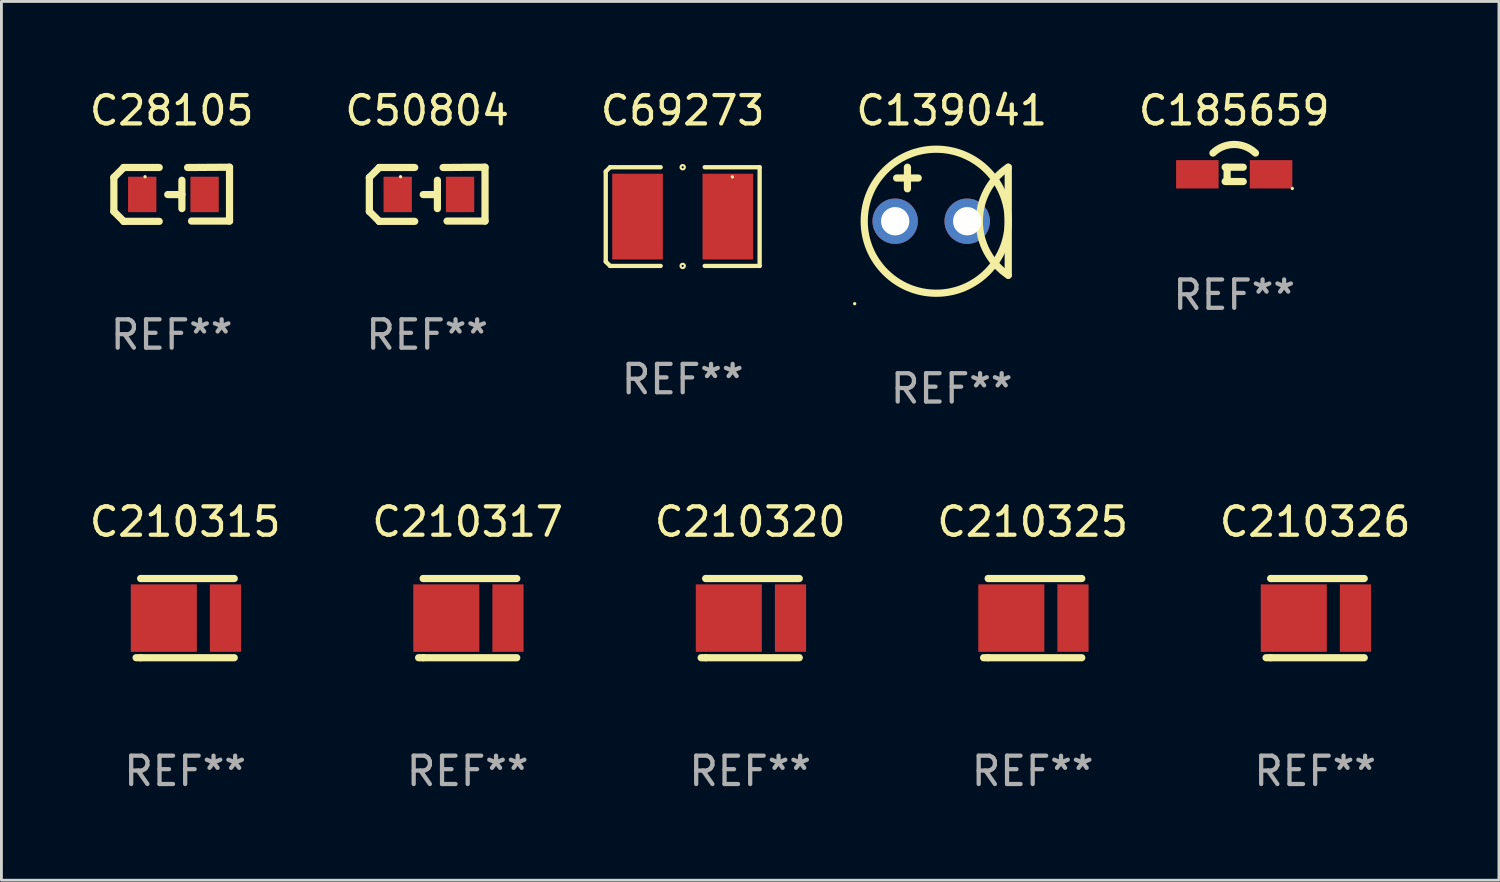
<source format=kicad_pcb>
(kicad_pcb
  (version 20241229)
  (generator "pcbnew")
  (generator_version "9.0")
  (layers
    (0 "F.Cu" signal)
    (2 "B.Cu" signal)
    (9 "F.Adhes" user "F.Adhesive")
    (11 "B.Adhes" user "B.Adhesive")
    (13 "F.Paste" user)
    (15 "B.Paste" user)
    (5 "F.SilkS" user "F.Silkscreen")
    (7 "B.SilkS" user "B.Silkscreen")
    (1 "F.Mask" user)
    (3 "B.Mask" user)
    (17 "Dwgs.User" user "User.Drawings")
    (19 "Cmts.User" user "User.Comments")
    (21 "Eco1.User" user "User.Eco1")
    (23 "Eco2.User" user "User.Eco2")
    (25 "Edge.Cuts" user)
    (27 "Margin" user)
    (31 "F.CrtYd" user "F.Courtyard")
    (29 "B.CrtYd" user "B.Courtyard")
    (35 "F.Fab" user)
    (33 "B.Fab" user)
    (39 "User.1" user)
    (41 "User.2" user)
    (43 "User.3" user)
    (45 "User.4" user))
  (footprint "C210315"
    (layer "F.Cu")
    (at 3.482 18.752)
    (property "Reference" "C210315" (at 0 -3.397 0) (layer "F.SilkS") (effects (font (size 1 1) (thickness 0.15))))
    (attr through_hole)
    (fp_line (start -1.571 -1.397) (end -1.551 -1.397) (stroke (width 0.254) (type solid)) (layer "F.SilkS"))
    (fp_line (start -1.571 1.397) (end -1.731 1.397) (stroke (width 0.254) (type solid)) (layer "F.SilkS"))
    (fp_line (start -1.551 -1.397) (end 1.731 -1.397) (stroke (width 0.254) (type solid)) (layer "F.SilkS"))
    (fp_line (start 1.731 1.397) (end -1.571 1.397) (stroke (width 0.254) (type solid)) (layer "F.SilkS"))
    (fp_circle (center -1.668 1.4) (end -1.638 1.4) (stroke (width 0.06) (type solid)) (fill no) (layer "F.SilkS"))
    (fp_text user "REF**" (at 0 5.397 0) (layer "F.Fab") (effects (font (size 1 1) (thickness 0.15))))
    (pad "1" smd rect (at -0.754 0 180) (size 2.33 2.38) (layers "F.Cu" "F.Mask" "F.Paste"))
    (pad "2" smd rect (at 1.421 0 180) (size 1.1 2.38) (layers "F.Cu" "F.Mask" "F.Paste")))
  (footprint "C139041"
    (layer "F.Cu")
    (at 30.519 4.753)
    (property "Reference" "C139041" (at 0 -3.905 0) (layer "F.SilkS") (effects (font (size 1 1) (thickness 0.15))))
    (attr through_hole)
    (fp_line (start -1.943 -1.524) (end -1.181 -1.524) (stroke (width 0.254) (type solid)) (layer "F.SilkS"))
    (fp_line (start -1.562 -1.143) (end -1.562 -1.905) (stroke (width 0.254) (type solid)) (layer "F.SilkS"))
    (fp_line (start 1.994 1.905) (end 1.994 -1.905) (stroke (width 0.254) (type solid)) (layer "F.SilkS"))
    (fp_arc (start 1.993899 1.905) (mid 0.974377 0) (end 1.993899 -1.905) (stroke (width 0.254001) (type solid)) (layer "F.SilkS"))
    (fp_circle (center -3.423 2.909) (end -3.393 2.909) (stroke (width 0.06) (type solid)) (fill no) (layer "F.SilkS"))
    (fp_circle (center -0.546 0) (end 1.994 0) (stroke (width 0.254) (type solid)) (fill no) (layer "F.SilkS"))
    (fp_text user "REF**" (at 0 5.905 0) (layer "F.Fab") (effects (font (size 1 1) (thickness 0.15))))
    (pad "1" thru_hole circle (at -1.994 0) (size 1.6 1.6) (drill 1) (layers "*.Cu" "*.Mask"))
    (pad "2" thru_hole circle (at 0.546 0) (size 1.6 1.6) (drill 1) (layers "*.Cu" "*.Mask")))
  (footprint "C28105"
    (layer "F.Cu")
    (at 3.006 3.803)
    (property "Reference" "C28105" (at 0 -2.955 0) (layer "F.SilkS") (effects (font (size 1 1) (thickness 0.15))))
    (attr through_hole)
    (fp_line (start -2.04 -0.595) (end -2.04 0.605) (stroke (width 0.254) (type solid)) (layer "F.SilkS"))
    (fp_line (start -1.69 -0.945) (end -1.69 -0.945) (stroke (width 0.254) (type solid)) (layer "F.SilkS"))
    (fp_line (start -1.69 -0.945) (end -2.04 -0.595) (stroke (width 0.254) (type solid)) (layer "F.SilkS"))
    (fp_line (start -1.69 0.955) (end -2.04 0.605) (stroke (width 0.254) (type solid)) (layer "F.SilkS"))
    (fp_line (start -1.69 0.955) (end -1.69 0.955) (stroke (width 0.254) (type solid)) (layer "F.SilkS"))
    (fp_line (start -0.44 -0.945) (end -1.69 -0.945) (stroke (width 0.254) (type solid)) (layer "F.SilkS"))
    (fp_line (start -0.44 0.955) (end -1.69 0.955) (stroke (width 0.254) (type solid)) (layer "F.SilkS"))
    (fp_line (start 0.36 -0.495) (end 0.36 0.505) (stroke (width 0.254) (type solid)) (layer "F.SilkS"))
    (fp_line (start 0.36 0.01) (end -0.14 0.01) (stroke (width 0.254) (type solid)) (layer "F.SilkS"))
    (fp_line (start 0.56 -0.945) (end 2.04 -0.955) (stroke (width 0.254) (type solid)) (layer "F.SilkS"))
    (fp_line (start 0.7 0.945) (end 2.04 0.945) (stroke (width 0.254) (type solid)) (layer "F.SilkS"))
    (fp_line (start 2.04 -0.955) (end 2.04 0.945) (stroke (width 0.254) (type solid)) (layer "F.SilkS"))
    (fp_circle (center -0.94 -0.62) (end -0.91 -0.62) (stroke (width 0.06) (type solid)) (fill no) (layer "F.SilkS"))
    (fp_text user "REF**" (at 0 4.955 0) (layer "F.Fab") (effects (font (size 1 1) (thickness 0.15))))
    (pad "1" smd rect (at -1.04 0.005 180) (size 1 1.25) (layers "F.Cu" "F.Mask" "F.Paste"))
    (pad "2" smd rect (at 1.16 0.005 180) (size 1 1.25) (layers "F.Cu" "F.Mask" "F.Paste")))
  (footprint "C69273"
    (layer "F.Cu")
    (at 21.03 4.589)
    (property "Reference" "C69273" (at 0 -3.741 0) (layer "F.SilkS") (effects (font (size 1 1) (thickness 0.15))))
    (attr through_hole)
    (fp_line (start -2.714 -1.588) (end -2.561 -1.741) (stroke (width 0.152) (type solid)) (layer "F.SilkS"))
    (fp_line (start -2.714 1.588) (end -2.714 -1.588) (stroke (width 0.152) (type solid)) (layer "F.SilkS"))
    (fp_line (start -2.561 -1.741) (end -0.776 -1.741) (stroke (width 0.152) (type solid)) (layer "F.SilkS"))
    (fp_line (start -2.561 1.741) (end -2.714 1.588) (stroke (width 0.152) (type solid)) (layer "F.SilkS"))
    (fp_line (start -0.776 1.741) (end -2.561 1.741) (stroke (width 0.152) (type solid)) (layer "F.SilkS"))
    (fp_line (start 0.776 1.741) (end 2.714 1.741) (stroke (width 0.152) (type solid)) (layer "F.SilkS"))
    (fp_line (start 2.714 -1.741) (end 0.776 -1.741) (stroke (width 0.152) (type solid)) (layer "F.SilkS"))
    (fp_line (start 2.714 1.741) (end 2.714 -1.741) (stroke (width 0.152) (type solid)) (layer "F.SilkS"))
    (fp_circle (center 0.000076 -1.741) (end 0.038 -1.741) (stroke (width 0.076) (type solid)) (fill no) (layer "F.SilkS"))
    (fp_circle (center 0.000076 1.741) (end 0.038 1.741) (stroke (width 0.076) (type solid)) (fill no) (layer "F.SilkS"))
    (fp_circle (center 1.75 -1.4) (end 1.78 -1.4) (stroke (width 0.06) (type solid)) (fill no) (layer "F.SilkS"))
    (fp_text user "REF**" (at 0 5.741 0) (layer "F.Fab") (effects (font (size 1 1) (thickness 0.15))))
    (pad "1" smd rect (at 1.592 -0.000025 180) (size 1.785 3.024) (layers "F.Cu" "F.Mask" "F.Paste"))
    (pad "2" smd rect (at -1.593 -0.000025 180) (size 1.785 3.024) (layers "F.Cu" "F.Mask" "F.Paste")))
  (footprint "C210320"
    (layer "F.Cu")
    (at 23.411 18.752)
    (property "Reference" "C210320" (at 0 -3.397 0) (layer "F.SilkS") (effects (font (size 1 1) (thickness 0.15))))
    (attr through_hole)
    (fp_line (start -1.571 -1.397) (end -1.551 -1.397) (stroke (width 0.254) (type solid)) (layer "F.SilkS"))
    (fp_line (start -1.571 1.397) (end -1.731 1.397) (stroke (width 0.254) (type solid)) (layer "F.SilkS"))
    (fp_line (start -1.551 -1.397) (end 1.731 -1.397) (stroke (width 0.254) (type solid)) (layer "F.SilkS"))
    (fp_line (start 1.731 1.397) (end -1.571 1.397) (stroke (width 0.254) (type solid)) (layer "F.SilkS"))
    (fp_circle (center -1.668 1.4) (end -1.638 1.4) (stroke (width 0.06) (type solid)) (fill no) (layer "F.SilkS"))
    (fp_text user "REF**" (at 0 5.397 0) (layer "F.Fab") (effects (font (size 1 1) (thickness 0.15))))
    (pad "1" smd rect (at -0.754 0 180) (size 2.33 2.38) (layers "F.Cu" "F.Mask" "F.Paste"))
    (pad "2" smd rect (at 1.421 0 180) (size 1.1 2.38) (layers "F.Cu" "F.Mask" "F.Paste")))
  (footprint "C185659"
    (layer "F.Cu")
    (at 40.483 3.1)
    (property "Reference" "C185659" (at 0 -2.252 0) (layer "F.SilkS") (effects (font (size 1 1) (thickness 0.15))))
    (attr through_hole)
    (fp_line (start -0.319 -0.252) (end 0.319 -0.252) (stroke (width 0.254) (type solid)) (layer "F.SilkS"))
    (fp_line (start -0.25 -0.252) (end -0.25 0.252) (stroke (width 0.254) (type solid)) (layer "F.SilkS"))
    (fp_line (start 0.319 0.252) (end -0.319 0.252) (stroke (width 0.254) (type solid)) (layer "F.SilkS"))
    (fp_arc (start -0.750013 -0.751715) (mid -0.000013 -1.054522) (end 0.749987 -0.751715) (stroke (width 0.254001) (type solid)) (layer "F.SilkS"))
    (fp_circle (center 2.05 0.498) (end 2.08 0.498) (stroke (width 0.06) (type solid)) (fill no) (layer "F.SilkS"))
    (fp_text user "REF**" (at 0 4.252 0) (layer "F.Fab") (effects (font (size 1 1) (thickness 0.15))))
    (pad "1" smd rect (at 1.3 -0.002 90) (size 1 1.5) (layers "F.Cu" "F.Mask" "F.Paste"))
    (pad "2" smd rect (at -1.3 -0.002 90) (size 1 1.5) (layers "F.Cu" "F.Mask" "F.Paste")))
  (footprint "C210326"
    (layer "F.Cu")
    (at 43.339 18.752)
    (property "Reference" "C210326" (at 0 -3.397 0) (layer "F.SilkS") (effects (font (size 1 1) (thickness 0.15))))
    (attr through_hole)
    (fp_line (start -1.571 -1.397) (end -1.551 -1.397) (stroke (width 0.254) (type solid)) (layer "F.SilkS"))
    (fp_line (start -1.571 1.397) (end -1.731 1.397) (stroke (width 0.254) (type solid)) (layer "F.SilkS"))
    (fp_line (start -1.551 -1.397) (end 1.731 -1.397) (stroke (width 0.254) (type solid)) (layer "F.SilkS"))
    (fp_line (start 1.731 1.397) (end -1.571 1.397) (stroke (width 0.254) (type solid)) (layer "F.SilkS"))
    (fp_circle (center -1.668 1.4) (end -1.638 1.4) (stroke (width 0.06) (type solid)) (fill no) (layer "F.SilkS"))
    (fp_text user "REF**" (at 0 5.397 0) (layer "F.Fab") (effects (font (size 1 1) (thickness 0.15))))
    (pad "1" smd rect (at -0.754 0 180) (size 2.33 2.38) (layers "F.Cu" "F.Mask" "F.Paste"))
    (pad "2" smd rect (at 1.421 0 180) (size 1.1 2.38) (layers "F.Cu" "F.Mask" "F.Paste")))
  (footprint "C210325"
    (layer "F.Cu")
    (at 33.375 18.752)
    (property "Reference" "C210325" (at 0 -3.397 0) (layer "F.SilkS") (effects (font (size 1 1) (thickness 0.15))))
    (attr through_hole)
    (fp_line (start -1.571 -1.397) (end -1.551 -1.397) (stroke (width 0.254) (type solid)) (layer "F.SilkS"))
    (fp_line (start -1.571 1.397) (end -1.731 1.397) (stroke (width 0.254) (type solid)) (layer "F.SilkS"))
    (fp_line (start -1.551 -1.397) (end 1.731 -1.397) (stroke (width 0.254) (type solid)) (layer "F.SilkS"))
    (fp_line (start 1.731 1.397) (end -1.571 1.397) (stroke (width 0.254) (type solid)) (layer "F.SilkS"))
    (fp_circle (center -1.668 1.4) (end -1.638 1.4) (stroke (width 0.06) (type solid)) (fill no) (layer "F.SilkS"))
    (fp_text user "REF**" (at 0 5.397 0) (layer "F.Fab") (effects (font (size 1 1) (thickness 0.15))))
    (pad "1" smd rect (at -0.754 0 180) (size 2.33 2.38) (layers "F.Cu" "F.Mask" "F.Paste"))
    (pad "2" smd rect (at 1.421 0 180) (size 1.1 2.38) (layers "F.Cu" "F.Mask" "F.Paste")))
  (footprint "C210317"
    (layer "F.Cu")
    (at 13.446 18.752)
    (property "Reference" "C210317" (at 0 -3.397 0) (layer "F.SilkS") (effects (font (size 1 1) (thickness 0.15))))
    (attr through_hole)
    (fp_line (start -1.571 -1.397) (end -1.551 -1.397) (stroke (width 0.254) (type solid)) (layer "F.SilkS"))
    (fp_line (start -1.571 1.397) (end -1.731 1.397) (stroke (width 0.254) (type solid)) (layer "F.SilkS"))
    (fp_line (start -1.551 -1.397) (end 1.731 -1.397) (stroke (width 0.254) (type solid)) (layer "F.SilkS"))
    (fp_line (start 1.731 1.397) (end -1.571 1.397) (stroke (width 0.254) (type solid)) (layer "F.SilkS"))
    (fp_circle (center -1.668 1.4) (end -1.638 1.4) (stroke (width 0.06) (type solid)) (fill no) (layer "F.SilkS"))
    (fp_text user "REF**" (at 0 5.397 0) (layer "F.Fab") (effects (font (size 1 1) (thickness 0.15))))
    (pad "1" smd rect (at -0.754 0 180) (size 2.33 2.38) (layers "F.Cu" "F.Mask" "F.Paste"))
    (pad "2" smd rect (at 1.421 0 180) (size 1.1 2.38) (layers "F.Cu" "F.Mask" "F.Paste")))
  (footprint "C50804"
    (layer "F.Cu")
    (at 12.018 3.803)
    (property "Reference" "C50804" (at 0 -2.955 0) (layer "F.SilkS") (effects (font (size 1 1) (thickness 0.15))))
    (attr through_hole)
    (fp_line (start -2.04 -0.595) (end -2.04 0.605) (stroke (width 0.254) (type solid)) (layer "F.SilkS"))
    (fp_line (start -1.69 -0.945) (end -1.69 -0.945) (stroke (width 0.254) (type solid)) (layer "F.SilkS"))
    (fp_line (start -1.69 -0.945) (end -2.04 -0.595) (stroke (width 0.254) (type solid)) (layer "F.SilkS"))
    (fp_line (start -1.69 0.955) (end -2.04 0.605) (stroke (width 0.254) (type solid)) (layer "F.SilkS"))
    (fp_line (start -1.69 0.955) (end -1.69 0.955) (stroke (width 0.254) (type solid)) (layer "F.SilkS"))
    (fp_line (start -0.44 -0.945) (end -1.69 -0.945) (stroke (width 0.254) (type solid)) (layer "F.SilkS"))
    (fp_line (start -0.44 0.955) (end -1.69 0.955) (stroke (width 0.254) (type solid)) (layer "F.SilkS"))
    (fp_line (start 0.36 -0.495) (end 0.36 0.505) (stroke (width 0.254) (type solid)) (layer "F.SilkS"))
    (fp_line (start 0.36 0.01) (end -0.14 0.01) (stroke (width 0.254) (type solid)) (layer "F.SilkS"))
    (fp_line (start 0.56 -0.945) (end 2.04 -0.955) (stroke (width 0.254) (type solid)) (layer "F.SilkS"))
    (fp_line (start 0.7 0.945) (end 2.04 0.945) (stroke (width 0.254) (type solid)) (layer "F.SilkS"))
    (fp_line (start 2.04 -0.955) (end 2.04 0.945) (stroke (width 0.254) (type solid)) (layer "F.SilkS"))
    (fp_circle (center -0.94 -0.62) (end -0.91 -0.62) (stroke (width 0.06) (type solid)) (fill no) (layer "F.SilkS"))
    (fp_text user "REF**" (at 0 4.955 0) (layer "F.Fab") (effects (font (size 1 1) (thickness 0.15))))
    (pad "1" smd rect (at -1.04 0.005 180) (size 1 1.25) (layers "F.Cu" "F.Mask" "F.Paste"))
    (pad "2" smd rect (at 1.16 0.005 180) (size 1 1.25) (layers "F.Cu" "F.Mask" "F.Paste")))
  (gr_rect
    (start -3 -3)
    (end 49.821 27.997)
    (stroke (width 0.1) (type default))
    (fill no)
    (layer "Edge.Cuts")))
</source>
